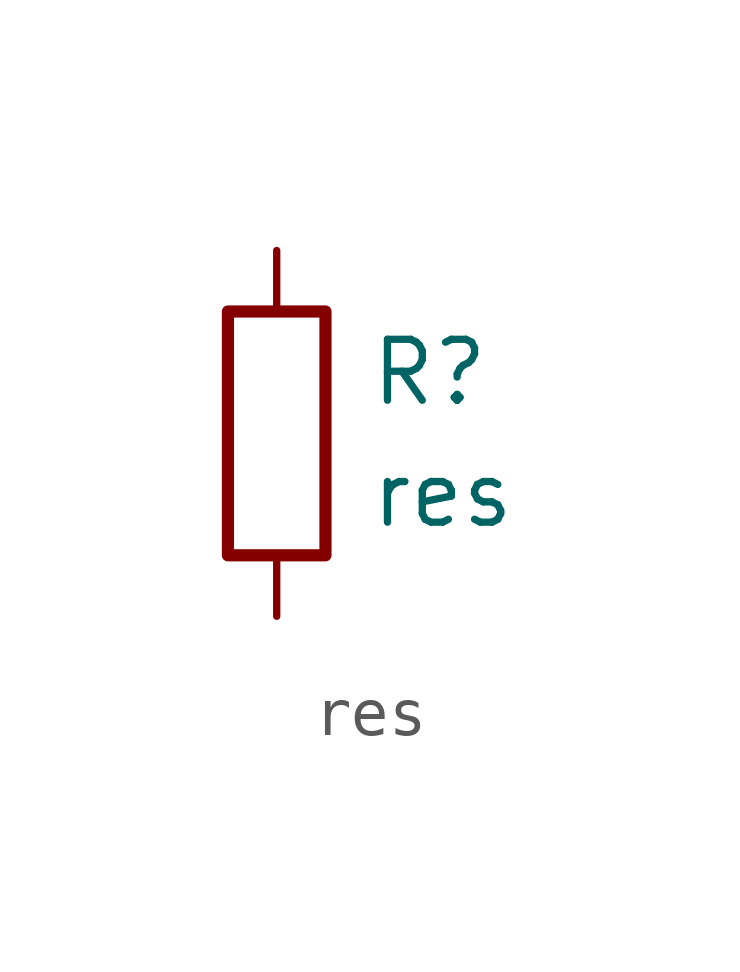
<source format=kicad_sym>
(kicad_symbol_lib
  (version 20241209)
  (generator "kicad_symbol_editor")
  (generator_version "9.0")
  (symbol "res"
    (pin_numbers
      (hide yes))
    (pin_names
      (offset 0)
      (hide yes))
    (property "Reference" "R"
      (at 1.905 -2.54 0)
      (effects (font (size 1.27 1.27)) (justify left)))
    (property "Value" "res"
      (at 1.905 -5.08 0)
      (effects (font (size 1.27 1.27)) (justify left)))
    (symbol "res_0_1"
      (rectangle (start -1.016 -6.35) (end 1.016 -1.27) (stroke (width 0.254) (type default)) (fill (type none))))
    (symbol "res_1_1"
      (pin passive line (at 0 0 270) (length 1.27) (name "~" (effects (font (size 1.27 1.27)))) (number "1" (effects (font (size 1.27 1.27)))))
      (pin passive line (at 0 -7.62 90) (length 1.27) (name "~" (effects (font (size 1.27 1.27)))) (number "2" (effects (font (size 1.27 1.27))))))))
</source>
